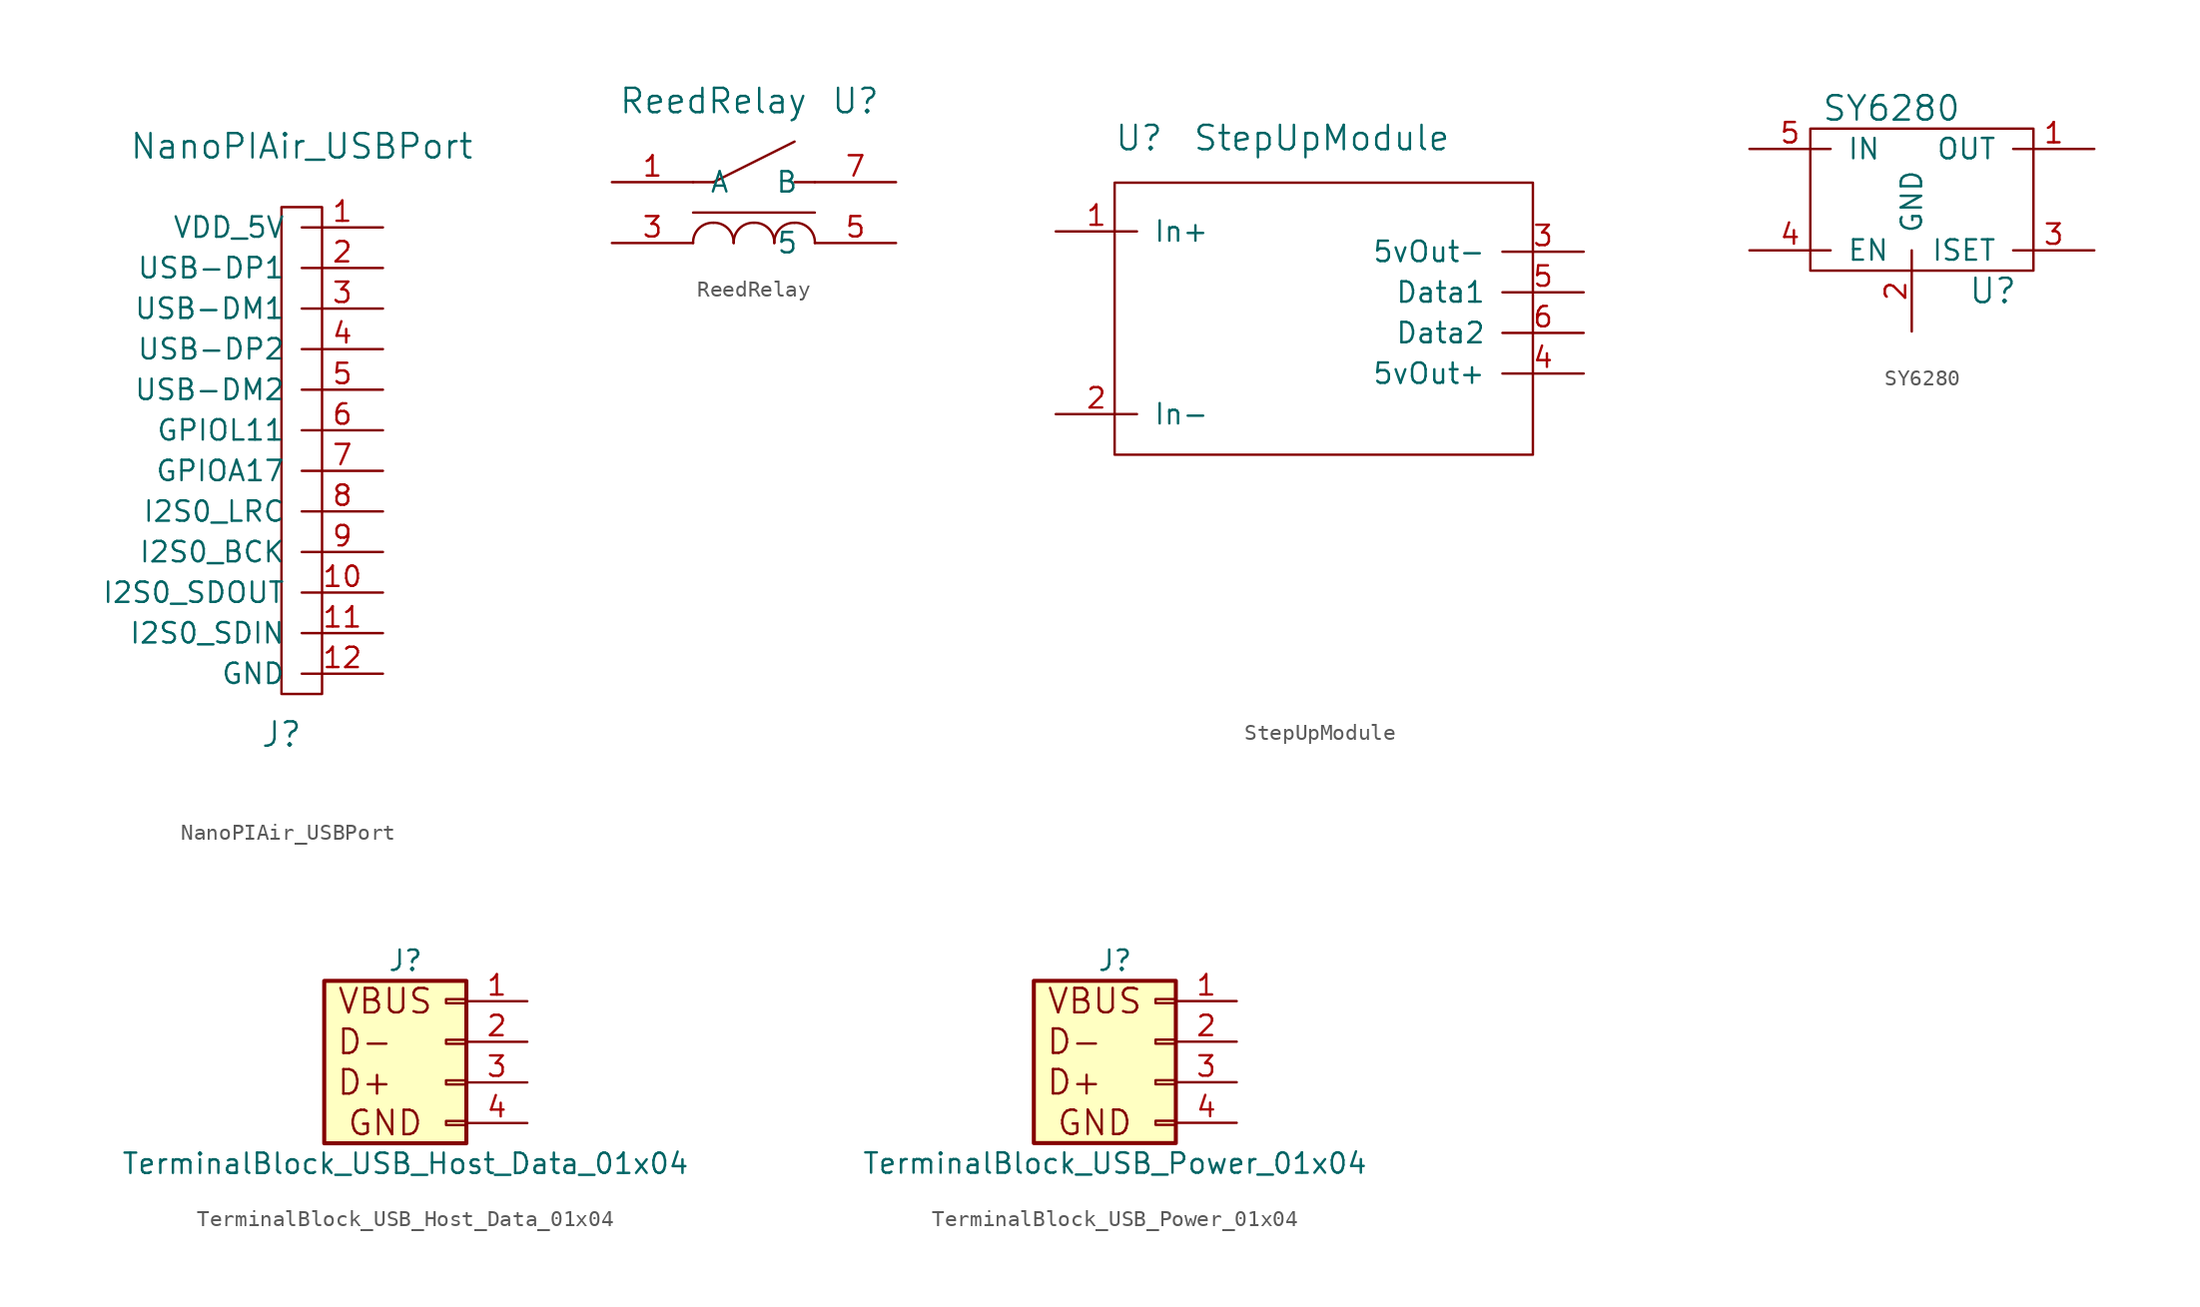
<source format=kicad_sym>
(kicad_symbol_lib
  (version 20211014)
  (generator kicad_symbol_editor)
  (symbol "NanoPIAir_USBPort"
    (pin_names
      (offset 1.016))
    (property "Reference" "J"
      (at 0 -17.78 0)
      (effects (font (size 1.524 1.524))))
    (property "Value" "NanoPIAir_USBPort"
      (at 1.27 19.05 0)
      (effects (font (size 1.524 1.524))))
    (symbol "NanoPIAir_USBPort_0_1"
      (rectangle (start 0 -15.24) (end 2.54 15.24) (stroke (width 0) (type default) (color 0 0 0 0)) (fill (type none))))
    (symbol "NanoPIAir_USBPort_1_1"
      (pin power_out line (at 6.35 13.97 180) (length 5.08) (name "VDD_5V" (effects (font (size 1.27 1.27)))) (number "1" (effects (font (size 1.27 1.27)))))
      (pin output line (at 6.35 -8.89 180) (length 5.08) (name "I2S0_SDOUT" (effects (font (size 1.27 1.27)))) (number "10" (effects (font (size 1.27 1.27)))))
      (pin input line (at 6.35 -11.43 180) (length 5.08) (name "I2S0_SDIN" (effects (font (size 1.27 1.27)))) (number "11" (effects (font (size 1.27 1.27)))))
      (pin output line (at 6.35 -13.97 180) (length 5.08) (name "GND" (effects (font (size 1.27 1.27)))) (number "12" (effects (font (size 1.27 1.27)))))
      (pin bidirectional line (at 6.35 11.43 180) (length 5.08) (name "USB-DP1" (effects (font (size 1.27 1.27)))) (number "2" (effects (font (size 1.27 1.27)))))
      (pin bidirectional line (at 6.35 8.89 180) (length 5.08) (name "USB-DM1" (effects (font (size 1.27 1.27)))) (number "3" (effects (font (size 1.27 1.27)))))
      (pin bidirectional line (at 6.35 6.35 180) (length 5.08) (name "USB-DP2" (effects (font (size 1.27 1.27)))) (number "4" (effects (font (size 1.27 1.27)))))
      (pin bidirectional line (at 6.35 3.81 180) (length 5.08) (name "USB-DM2" (effects (font (size 1.27 1.27)))) (number "5" (effects (font (size 1.27 1.27)))))
      (pin bidirectional line (at 6.35 1.27 180) (length 5.08) (name "GPIOL11" (effects (font (size 1.27 1.27)))) (number "6" (effects (font (size 1.27 1.27)))))
      (pin bidirectional line (at 6.35 -1.27 180) (length 5.08) (name "GPIOA17" (effects (font (size 1.27 1.27)))) (number "7" (effects (font (size 1.27 1.27)))))
      (pin bidirectional line (at 6.35 -3.81 180) (length 5.08) (name "I2S0_LRC" (effects (font (size 1.27 1.27)))) (number "8" (effects (font (size 1.27 1.27)))))
      (pin bidirectional line (at 6.35 -6.35 180) (length 5.08) (name "I2S0_BCK" (effects (font (size 1.27 1.27)))) (number "9" (effects (font (size 1.27 1.27)))))))
  (symbol "ReedRelay"
    (pin_names
      (offset 1.016))
    (property "Reference" "U"
      (at 7.62 3.81 0)
      (effects (font (size 1.524 1.524))))
    (property "Value" "ReedRelay"
      (at -1.27 3.81 0)
      (effects (font (size 1.524 1.524))))
    (property "Footprint" ""
      (at -1.27 2.54 0)
      (effects (font (size 1.524 1.524))))
    (property "Datasheet" ""
      (at -1.27 2.54 0)
      (effects (font (size 1.524 1.524))))
    (symbol "ReedRelay_0_1"
      (arc (start -1.27 -3.81) (mid -2.1846 -4.1729) (end -2.54 -5.08) (stroke (width 0) (type default) (color 0 0 0 0)) (fill (type none)))
      (arc (start 0 -5.08) (mid -0.3629 -4.1654) (end -1.27 -3.81) (stroke (width 0) (type default) (color 0 0 0 0)) (fill (type none)))
      (polyline (pts (xy -2.54 -3.175) (xy 5.08 -3.175)) (stroke (width 0) (type default) (color 0 0 0 0)) (fill (type none)))
      (polyline (pts (xy -2.54 -1.27) (xy -1.27 -1.27)) (stroke (width 0) (type default) (color 0 0 0 0)) (fill (type none)))
      (polyline (pts (xy -1.27 -1.27) (xy 3.81 1.27)) (stroke (width 0) (type default) (color 0 0 0 0)) (fill (type none)))
      (polyline (pts (xy 5.08 -1.27) (xy 3.81 -1.27)) (stroke (width 0) (type default) (color 0 0 0 0)) (fill (type none)))
      (arc (start 1.27 -3.81) (mid 0.3554 -4.1729) (end 0 -5.08) (stroke (width 0) (type default) (color 0 0 0 0)) (fill (type none)))
      (arc (start 2.54 -5.08) (mid 2.1771 -4.1654) (end 1.27 -3.81) (stroke (width 0) (type default) (color 0 0 0 0)) (fill (type none)))
      (arc (start 3.81 -3.81) (mid 2.8954 -4.1729) (end 2.54 -5.08) (stroke (width 0) (type default) (color 0 0 0 0)) (fill (type none)))
      (arc (start 5.08 -5.08) (mid 4.7171 -4.1654) (end 3.81 -3.81) (stroke (width 0) (type default) (color 0 0 0 0)) (fill (type none))))
    (symbol "ReedRelay_1_1"
      (pin input line (at -7.62 -1.27 0) (length 5.08) (name "A" (effects (font (size 1.27 1.27)))) (number "1" (effects (font (size 1.27 1.27)))))
      (pin input line (at -7.62 -5.08 0) (length 5.08) (name "~" (effects (font (size 1.27 1.27)))) (number "3" (effects (font (size 1.27 1.27)))))
      (pin input line (at 10.16 -5.08 180) (length 5.08) (name "5" (effects (font (size 1.27 1.27)))) (number "5" (effects (font (size 1.27 1.27)))))
      (pin input line (at 10.16 -1.27 180) (length 5.08) (name "B" (effects (font (size 1.27 1.27)))) (number "7" (effects (font (size 1.27 1.27)))))))
  (symbol "StepUpModule"
    (pin_names
      (offset 1.016))
    (property "Reference" "U"
      (at 1.397 19.812 0)
      (effects (font (size 1.524 1.524))))
    (property "Value" "StepUpModule"
      (at 12.827 19.812 0)
      (effects (font (size 1.524 1.524))))
    (property "Footprint" ""
      (at 8.89 -12.7 0)
      (effects (font (size 1.524 1.524))))
    (property "Datasheet" ""
      (at 8.89 -12.7 0)
      (effects (font (size 1.524 1.524))))
    (symbol "StepUpModule_0_1"
      (rectangle (start 26.035 0) (end -0.127 17.018) (stroke (width 0) (type default) (color 0 0 0 0)) (fill (type none))))
    (symbol "StepUpModule_1_1"
      (pin input line (at -3.81 13.97 0) (length 5.08) (name "In+" (effects (font (size 1.27 1.27)))) (number "1" (effects (font (size 1.27 1.27)))))
      (pin input line (at -3.81 2.54 0) (length 5.08) (name "In-" (effects (font (size 1.27 1.27)))) (number "2" (effects (font (size 1.27 1.27)))))
      (pin input line (at 29.21 12.7 180) (length 5.08) (name "5vOut-" (effects (font (size 1.27 1.27)))) (number "3" (effects (font (size 1.27 1.27)))))
      (pin input line (at 29.21 5.08 180) (length 5.08) (name "5vOut+" (effects (font (size 1.27 1.27)))) (number "4" (effects (font (size 1.27 1.27)))))
      (pin input line (at 29.21 10.16 180) (length 5.08) (name "Data1" (effects (font (size 1.27 1.27)))) (number "5" (effects (font (size 1.27 1.27)))))
      (pin input line (at 29.21 7.62 180) (length 5.08) (name "Data2" (effects (font (size 1.27 1.27)))) (number "6" (effects (font (size 1.27 1.27)))))))
  (symbol "SY6280"
    (pin_names
      (offset 1.016))
    (property "Reference" "U"
      (at 5.08 -6.35 0)
      (effects (font (size 1.524 1.524))))
    (property "Value" "SY6280"
      (at -1.27 5.08 0)
      (effects (font (size 1.524 1.524))))
    (symbol "SY6280_0_1"
      (rectangle (start -6.35 3.81) (end 7.62 -5.08) (stroke (width 0) (type default) (color 0 0 0 0)) (fill (type none))))
    (symbol "SY6280_1_1"
      (pin power_out line (at 11.43 2.54 180) (length 5.08) (name "OUT" (effects (font (size 1.27 1.27)))) (number "1" (effects (font (size 1.27 1.27)))))
      (pin power_in line (at 0 -8.89 90) (length 5.08) (name "GND" (effects (font (size 1.27 1.27)))) (number "2" (effects (font (size 1.27 1.27)))))
      (pin input line (at 11.43 -3.81 180) (length 5.08) (name "ISET" (effects (font (size 1.27 1.27)))) (number "3" (effects (font (size 1.27 1.27)))))
      (pin input line (at -10.16 -3.81 0) (length 5.08) (name "EN" (effects (font (size 1.27 1.27)))) (number "4" (effects (font (size 1.27 1.27)))))
      (pin power_in line (at -10.16 2.54 0) (length 5.08) (name "IN" (effects (font (size 1.27 1.27)))) (number "5" (effects (font (size 1.27 1.27)))))))
  (symbol "TerminalBlock_USB_Host_Data_01x04"
    (pin_names
      (offset 1.016) hide)
    (property "Reference" "J"
      (at 0 5.08 0)
      (effects (font (size 1.27 1.27))))
    (property "Value" "TerminalBlock_USB_Host_Data_01x04"
      (at 0 -7.62 0)
      (effects (font (size 1.27 1.27))))
    (symbol "TerminalBlock_USB_Host_Data_01x04_0_0"
      (text "D+" (at -2.54 -2.54 0) (effects (font (size 1.524 1.524))))
      (text "D-" (at -2.54 0 0) (effects (font (size 1.524 1.524))))
      (text "GND" (at -1.27 -5.08 0) (effects (font (size 1.524 1.524))))
      (text "VBUS" (at -1.27 2.54 0) (effects (font (size 1.524 1.524)))))
    (symbol "TerminalBlock_USB_Host_Data_01x04_1_1"
      (rectangle (start 3.81 -4.953) (end 2.54 -5.207) (stroke (width 0.152) (type default) (color 0 0 0 0)) (fill (type none)))
      (rectangle (start 3.81 -2.413) (end 2.54 -2.667) (stroke (width 0.152) (type default) (color 0 0 0 0)) (fill (type none)))
      (rectangle (start 3.81 0.127) (end 2.54 -0.127) (stroke (width 0.152) (type default) (color 0 0 0 0)) (fill (type none)))
      (rectangle (start 3.81 2.667) (end 2.54 2.413) (stroke (width 0.152) (type default) (color 0 0 0 0)) (fill (type none)))
      (rectangle (start 3.81 3.81) (end -5.08 -6.35) (stroke (width 0.254) (type default) (color 0 0 0 0)) (fill (type background)))
      (pin passive line (at 7.62 2.54 180) (length 3.81) (name "Pin_1" (effects (font (size 1.27 1.27)))) (number "1" (effects (font (size 1.27 1.27)))))
      (pin passive line (at 7.62 0 180) (length 3.81) (name "Pin_2" (effects (font (size 1.27 1.27)))) (number "2" (effects (font (size 1.27 1.27)))))
      (pin passive line (at 7.62 -2.54 180) (length 3.81) (name "Pin_3" (effects (font (size 1.27 1.27)))) (number "3" (effects (font (size 1.27 1.27)))))
      (pin passive line (at 7.62 -5.08 180) (length 3.81) (name "Pin_4" (effects (font (size 1.27 1.27)))) (number "4" (effects (font (size 1.27 1.27)))))))
  (symbol "TerminalBlock_USB_Power_01x04"
    (pin_names
      (offset 1.016) hide)
    (property "Reference" "J"
      (at 0 5.08 0)
      (effects (font (size 1.27 1.27))))
    (property "Value" "TerminalBlock_USB_Power_01x04"
      (at 0 -7.62 0)
      (effects (font (size 1.27 1.27))))
    (symbol "TerminalBlock_USB_Power_01x04_0_0"
      (text "D+" (at -2.54 -2.54 0) (effects (font (size 1.524 1.524))))
      (text "D-" (at -2.54 0 0) (effects (font (size 1.524 1.524))))
      (text "GND" (at -1.27 -5.08 0) (effects (font (size 1.524 1.524))))
      (text "VBUS" (at -1.27 2.54 0) (effects (font (size 1.524 1.524)))))
    (symbol "TerminalBlock_USB_Power_01x04_1_1"
      (rectangle (start 3.81 -4.953) (end 2.54 -5.207) (stroke (width 0.152) (type default) (color 0 0 0 0)) (fill (type none)))
      (rectangle (start 3.81 -2.413) (end 2.54 -2.667) (stroke (width 0.152) (type default) (color 0 0 0 0)) (fill (type none)))
      (rectangle (start 3.81 0.127) (end 2.54 -0.127) (stroke (width 0.152) (type default) (color 0 0 0 0)) (fill (type none)))
      (rectangle (start 3.81 2.667) (end 2.54 2.413) (stroke (width 0.152) (type default) (color 0 0 0 0)) (fill (type none)))
      (rectangle (start 3.81 3.81) (end -5.08 -6.35) (stroke (width 0.254) (type default) (color 0 0 0 0)) (fill (type background)))
      (pin power_out line (at 7.62 2.54 180) (length 3.81) (name "Pin_1" (effects (font (size 1.27 1.27)))) (number "1" (effects (font (size 1.27 1.27)))))
      (pin passive line (at 7.62 0 180) (length 3.81) (name "Pin_2" (effects (font (size 1.27 1.27)))) (number "2" (effects (font (size 1.27 1.27)))))
      (pin passive line (at 7.62 -2.54 180) (length 3.81) (name "Pin_3" (effects (font (size 1.27 1.27)))) (number "3" (effects (font (size 1.27 1.27)))))
      (pin power_in line (at 7.62 -5.08 180) (length 3.81) (name "Pin_4" (effects (font (size 1.27 1.27)))) (number "4" (effects (font (size 1.27 1.27))))))))
</source>
